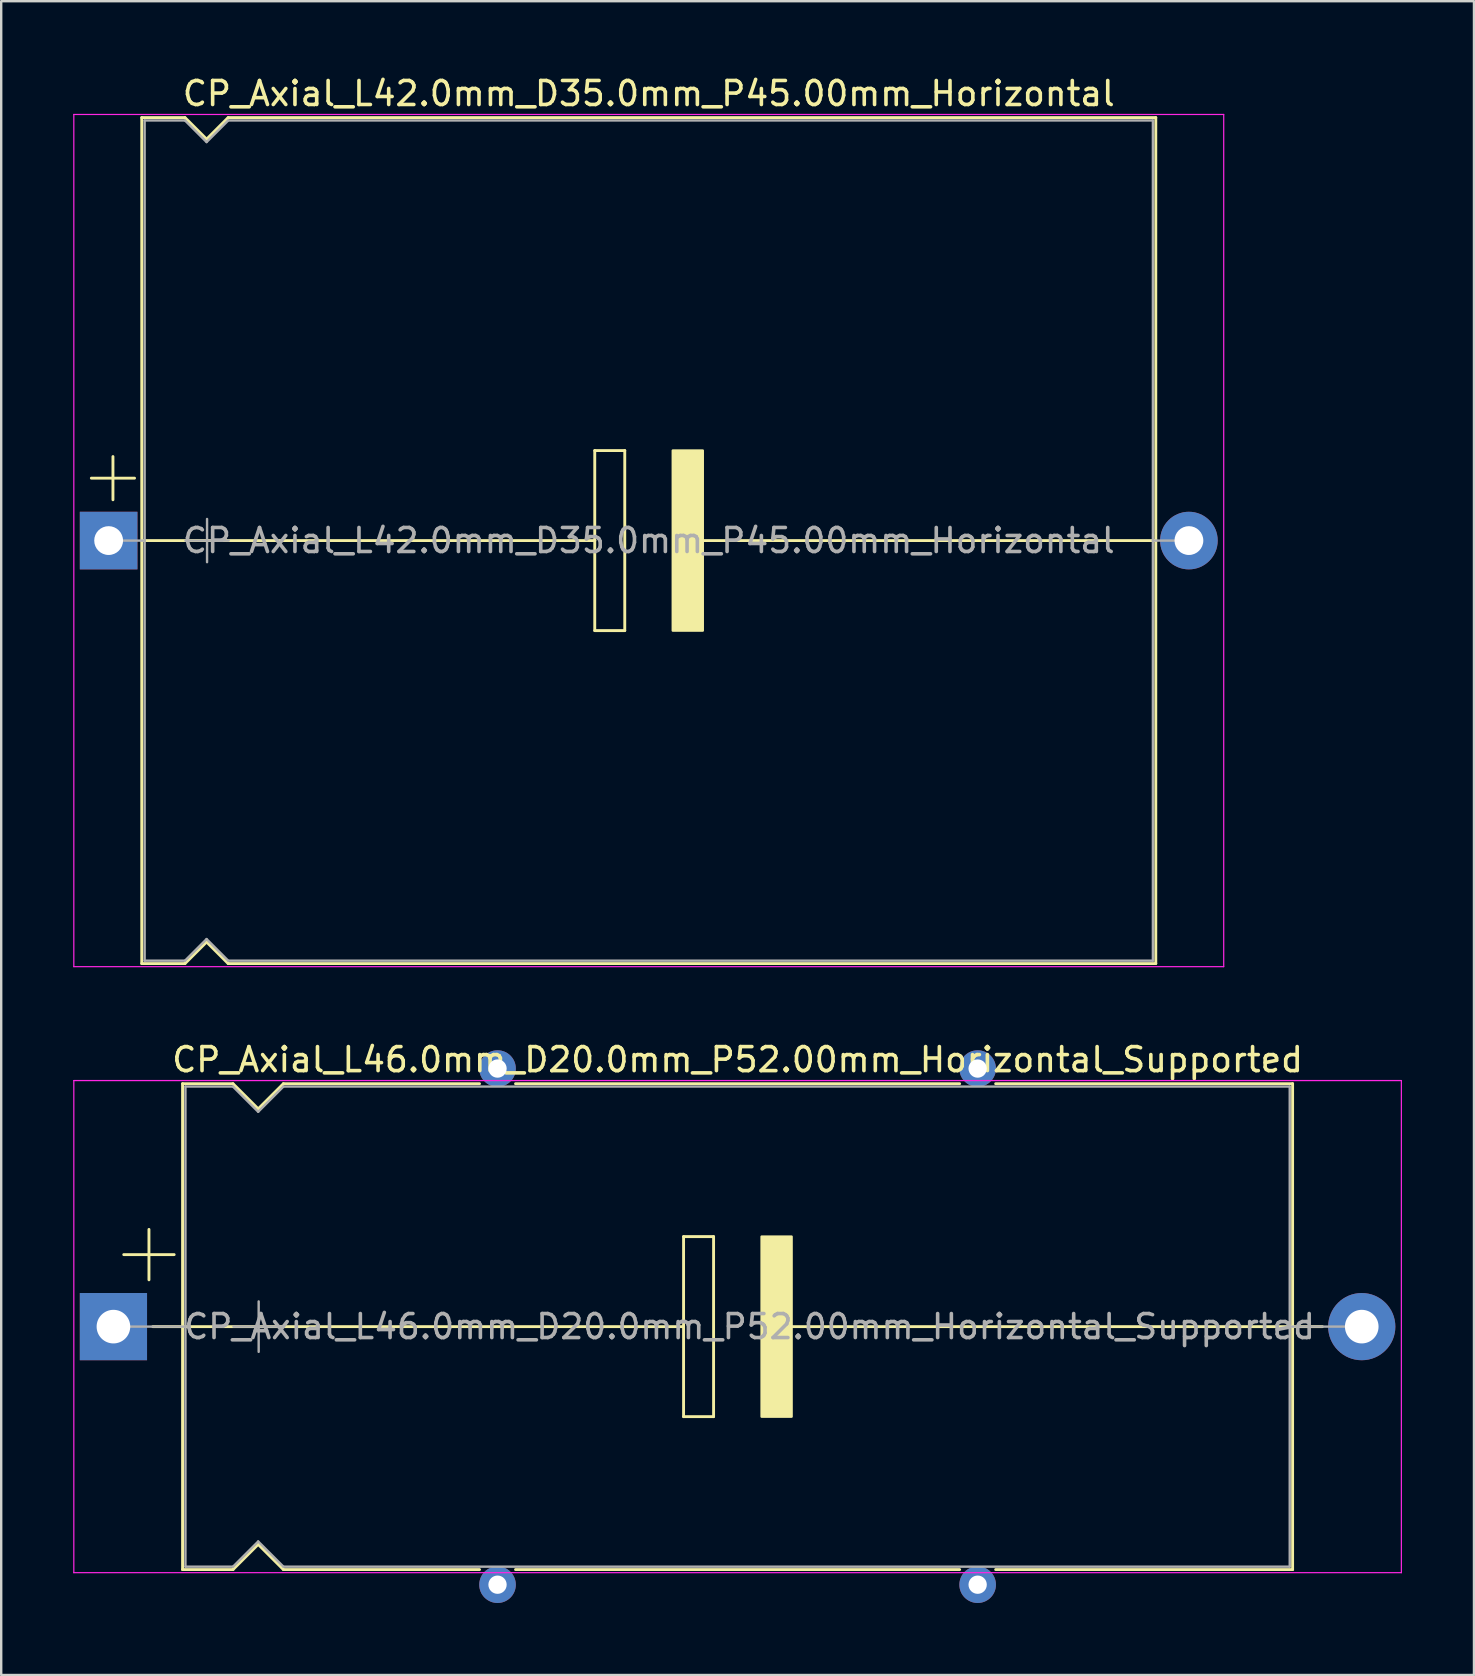
<source format=kicad_pcb>
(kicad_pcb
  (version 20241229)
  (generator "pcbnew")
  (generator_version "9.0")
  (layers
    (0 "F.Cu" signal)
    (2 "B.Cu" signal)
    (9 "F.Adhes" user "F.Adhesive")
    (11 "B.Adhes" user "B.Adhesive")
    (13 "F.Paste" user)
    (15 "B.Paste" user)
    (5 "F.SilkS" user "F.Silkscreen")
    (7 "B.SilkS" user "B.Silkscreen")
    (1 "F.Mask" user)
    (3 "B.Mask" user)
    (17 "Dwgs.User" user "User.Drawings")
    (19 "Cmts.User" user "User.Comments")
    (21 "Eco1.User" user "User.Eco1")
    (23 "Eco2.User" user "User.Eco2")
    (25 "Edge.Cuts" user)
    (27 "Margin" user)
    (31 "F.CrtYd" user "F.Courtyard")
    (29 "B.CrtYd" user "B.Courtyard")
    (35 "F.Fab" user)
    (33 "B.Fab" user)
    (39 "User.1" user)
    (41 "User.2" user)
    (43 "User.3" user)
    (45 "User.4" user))
  (footprint "CP_Axial_L46.0mm_D20.0mm_P52.00mm_Horizontal_Supported"
    (layer "F.Cu")
    (at 1.675 52.212)
    (property "Reference" "CP_Axial_L46.0mm_D20.0mm_P52.00mm_Horizontal_Supported" (at 26 -11.12 0) (layer "F.SilkS") (effects (font (size 1 1) (thickness 0.15))))
    (attr through_hole)
    (fp_line (start 0.43 -3) (end 2.53 -3) (stroke (width 0.12) (type solid)) (layer "F.SilkS"))
    (fp_line (start 1.48 -4.05) (end 1.48 -1.95) (stroke (width 0.12) (type solid)) (layer "F.SilkS"))
    (fp_line (start 1.64 0) (end 2.88 0) (stroke (width 0.12) (type solid)) (layer "F.SilkS"))
    (fp_line (start 2.88 -10.12) (end 2.88 10.12) (stroke (width 0.12) (type solid)) (layer "F.SilkS"))
    (fp_line (start 2.88 -10.12) (end 4.98 -10.12) (stroke (width 0.12) (type solid)) (layer "F.SilkS"))
    (fp_line (start 2.88 0) (end 23.75 0) (stroke (width 0.12) (type solid)) (layer "F.SilkS"))
    (fp_line (start 2.88 10.12) (end 4.98 10.12) (stroke (width 0.12) (type solid)) (layer "F.SilkS"))
    (fp_line (start 4.98 -10.12) (end 6.03 -9.07) (stroke (width 0.12) (type solid)) (layer "F.SilkS"))
    (fp_line (start 4.98 10.12) (end 6.03 9.07) (stroke (width 0.12) (type solid)) (layer "F.SilkS"))
    (fp_line (start 6.03 -9.07) (end 7.08 -10.12) (stroke (width 0.12) (type solid)) (layer "F.SilkS"))
    (fp_line (start 6.03 9.07) (end 7.08 10.12) (stroke (width 0.12) (type solid)) (layer "F.SilkS"))
    (fp_line (start 7.08 -10.12) (end 15.25 -10.12) (stroke (width 0.12) (type solid)) (layer "F.SilkS"))
    (fp_line (start 7.08 10.12) (end 15.25 10.12) (stroke (width 0.12) (type solid)) (layer "F.SilkS"))
    (fp_line (start 16.75 -10.12) (end 35.25 -10.12) (stroke (width 0.12) (type solid)) (layer "F.SilkS"))
    (fp_line (start 16.75 10.12) (end 35.25 10.12) (stroke (width 0.12) (type solid)) (layer "F.SilkS"))
    (fp_line (start 23.75 -3.75) (end 25 -3.75) (stroke (width 0.12) (type solid)) (layer "F.SilkS"))
    (fp_line (start 23.75 0) (end 23.75 -3.75) (stroke (width 0.12) (type solid)) (layer "F.SilkS"))
    (fp_line (start 23.75 3.75) (end 23.75 0) (stroke (width 0.12) (type solid)) (layer "F.SilkS"))
    (fp_line (start 25 -3.75) (end 25 3.75) (stroke (width 0.12) (type solid)) (layer "F.SilkS"))
    (fp_line (start 25 3.75) (end 23.75 3.75) (stroke (width 0.12) (type solid)) (layer "F.SilkS"))
    (fp_line (start 27.75 0) (end 49.12 0) (stroke (width 0.12) (type solid)) (layer "F.SilkS"))
    (fp_line (start 36.75 -10.12) (end 49.12 -10.12) (stroke (width 0.12) (type solid)) (layer "F.SilkS"))
    (fp_line (start 36.75 10.12) (end 49.12 10.12) (stroke (width 0.12) (type solid)) (layer "F.SilkS"))
    (fp_line (start 49.12 -10.12) (end 49.12 10.12) (stroke (width 0.12) (type solid)) (layer "F.SilkS"))
    (fp_line (start 50.36 0) (end 49.12 0) (stroke (width 0.12) (type solid)) (layer "F.SilkS"))
    (fp_poly (pts (xy 28.25 3.75) (xy 27 3.75) (xy 27 -3.75) (xy 28.25 -3.75)) (stroke (width 0.1) (type solid)) (fill yes) (layer "F.SilkS"))
    (fp_line (start -1.65 -10.25) (end -1.65 10.25) (stroke (width 0.05) (type solid)) (layer "F.CrtYd"))
    (fp_line (start -1.65 10.25) (end 53.65 10.25) (stroke (width 0.05) (type solid)) (layer "F.CrtYd"))
    (fp_line (start 53.65 -10.25) (end -1.65 -10.25) (stroke (width 0.05) (type solid)) (layer "F.CrtYd"))
    (fp_line (start 53.65 10.25) (end 53.65 -10.25) (stroke (width 0.05) (type solid)) (layer "F.CrtYd"))
    (fp_line (start 0 0) (end 3 0) (stroke (width 0.1) (type solid)) (layer "F.Fab"))
    (fp_line (start 3 -10) (end 3 10) (stroke (width 0.1) (type solid)) (layer "F.Fab"))
    (fp_line (start 3 -10) (end 4.98 -10) (stroke (width 0.1) (type solid)) (layer "F.Fab"))
    (fp_line (start 3 10) (end 4.98 10) (stroke (width 0.1) (type solid)) (layer "F.Fab"))
    (fp_line (start 4.98 -10) (end 6.03 -8.95) (stroke (width 0.1) (type solid)) (layer "F.Fab"))
    (fp_line (start 4.98 10) (end 6.03 8.95) (stroke (width 0.1) (type solid)) (layer "F.Fab"))
    (fp_line (start 5 0) (end 7.1 0) (stroke (width 0.1) (type solid)) (layer "F.Fab"))
    (fp_line (start 6.03 -8.95) (end 7.08 -10) (stroke (width 0.1) (type solid)) (layer "F.Fab"))
    (fp_line (start 6.03 8.95) (end 7.08 10) (stroke (width 0.1) (type solid)) (layer "F.Fab"))
    (fp_line (start 6.05 -1.05) (end 6.05 1.05) (stroke (width 0.1) (type solid)) (layer "F.Fab"))
    (fp_line (start 7.08 -10) (end 49 -10) (stroke (width 0.1) (type solid)) (layer "F.Fab"))
    (fp_line (start 7.08 10) (end 49 10) (stroke (width 0.1) (type solid)) (layer "F.Fab"))
    (fp_line (start 49 -10) (end 49 10) (stroke (width 0.1) (type solid)) (layer "F.Fab"))
    (fp_line (start 52 0) (end 49 0) (stroke (width 0.1) (type solid)) (layer "F.Fab"))
    (fp_text user "${REFERENCE}" (at 26.5 0 0) (layer "F.Fab") (effects (font (size 1 1) (thickness 0.15))))
    (pad "1" thru_hole rect (at 0 0) (size 2.8 2.8) (drill 1.4) (layers "*.Cu" "*.Mask"))
    (pad "2" thru_hole oval (at 52 0) (size 2.8 2.8) (drill 1.4) (layers "*.Cu" "*.Mask"))
    (pad "~" thru_hole circle (at 16 -10.75) (size 1.524 1.524) (drill 0.762) (layers "*.Cu" "*.Mask"))
    (pad "~" thru_hole circle (at 16 10.75) (size 1.524 1.524) (drill 0.762) (layers "*.Cu" "*.Mask"))
    (pad "~" thru_hole circle (at 36 -10.75) (size 1.524 1.524) (drill 0.762) (layers "*.Cu" "*.Mask"))
    (pad "~" thru_hole circle (at 36 10.75) (size 1.524 1.524) (drill 0.762) (layers "*.Cu" "*.Mask")))
  (footprint "CP_Axial_L42.0mm_D35.0mm_P45.00mm_Horizontal"
    (layer "F.Cu")
    (at 1.475 19.468)
    (property "Reference" "CP_Axial_L42.0mm_D35.0mm_P45.00mm_Horizontal" (at 22.5 -18.62 0) (layer "F.SilkS") (effects (font (size 1 1) (thickness 0.15))))
    (attr through_hole)
    (fp_line (start -0.72 -2.6) (end 1.08 -2.6) (stroke (width 0.12) (type solid)) (layer "F.SilkS"))
    (fp_line (start 0.18 -3.5) (end 0.18 -1.7) (stroke (width 0.12) (type solid)) (layer "F.SilkS"))
    (fp_line (start 1.38 -17.62) (end 1.38 17.62) (stroke (width 0.12) (type solid)) (layer "F.SilkS"))
    (fp_line (start 1.38 -17.62) (end 3.18 -17.62) (stroke (width 0.12) (type solid)) (layer "F.SilkS"))
    (fp_line (start 1.38 17.62) (end 3.18 17.62) (stroke (width 0.12) (type solid)) (layer "F.SilkS"))
    (fp_line (start 1.397 0) (end 20.25 0) (stroke (width 0.12) (type solid)) (layer "F.SilkS"))
    (fp_line (start 3.18 -17.62) (end 4.08 -16.72) (stroke (width 0.12) (type solid)) (layer "F.SilkS"))
    (fp_line (start 3.18 17.62) (end 4.08 16.72) (stroke (width 0.12) (type solid)) (layer "F.SilkS"))
    (fp_line (start 4.08 -16.72) (end 4.98 -17.62) (stroke (width 0.12) (type solid)) (layer "F.SilkS"))
    (fp_line (start 4.08 16.72) (end 4.98 17.62) (stroke (width 0.12) (type solid)) (layer "F.SilkS"))
    (fp_line (start 4.98 -17.62) (end 43.62 -17.62) (stroke (width 0.12) (type solid)) (layer "F.SilkS"))
    (fp_line (start 4.98 17.62) (end 43.62 17.62) (stroke (width 0.12) (type solid)) (layer "F.SilkS"))
    (fp_line (start 20.25 -3.75) (end 21.5 -3.75) (stroke (width 0.12) (type solid)) (layer "F.SilkS"))
    (fp_line (start 20.25 0) (end 20.25 -3.75) (stroke (width 0.12) (type solid)) (layer "F.SilkS"))
    (fp_line (start 20.25 3.75) (end 20.25 0) (stroke (width 0.12) (type solid)) (layer "F.SilkS"))
    (fp_line (start 21.5 -3.75) (end 21.5 3.75) (stroke (width 0.12) (type solid)) (layer "F.SilkS"))
    (fp_line (start 21.5 3.75) (end 20.25 3.75) (stroke (width 0.12) (type solid)) (layer "F.SilkS"))
    (fp_line (start 24.75 0) (end 43.561 0) (stroke (width 0.12) (type solid)) (layer "F.SilkS"))
    (fp_line (start 43.62 -17.62) (end 43.62 17.62) (stroke (width 0.12) (type solid)) (layer "F.SilkS"))
    (fp_poly (pts (xy 24.75 3.75) (xy 23.5 3.75) (xy 23.5 -3.75) (xy 24.75 -3.75)) (stroke (width 0.1) (type solid)) (fill yes) (layer "F.SilkS"))
    (fp_line (start -1.45 -17.75) (end -1.45 17.75) (stroke (width 0.05) (type solid)) (layer "F.CrtYd"))
    (fp_line (start -1.45 17.75) (end 46.45 17.75) (stroke (width 0.05) (type solid)) (layer "F.CrtYd"))
    (fp_line (start 46.45 -17.75) (end -1.45 -17.75) (stroke (width 0.05) (type solid)) (layer "F.CrtYd"))
    (fp_line (start 46.45 17.75) (end 46.45 -17.75) (stroke (width 0.05) (type solid)) (layer "F.CrtYd"))
    (fp_line (start 0 0) (end 1.5 0) (stroke (width 0.1) (type solid)) (layer "F.Fab"))
    (fp_line (start 1.5 -17.5) (end 1.5 17.5) (stroke (width 0.1) (type solid)) (layer "F.Fab"))
    (fp_line (start 1.5 -17.5) (end 3.18 -17.5) (stroke (width 0.1) (type solid)) (layer "F.Fab"))
    (fp_line (start 1.5 17.5) (end 3.18 17.5) (stroke (width 0.1) (type solid)) (layer "F.Fab"))
    (fp_line (start 3.18 -17.5) (end 4.08 -16.6) (stroke (width 0.1) (type solid)) (layer "F.Fab"))
    (fp_line (start 3.18 17.5) (end 4.08 16.6) (stroke (width 0.1) (type solid)) (layer "F.Fab"))
    (fp_line (start 3.2 0) (end 5 0) (stroke (width 0.1) (type solid)) (layer "F.Fab"))
    (fp_line (start 4.08 -16.6) (end 4.98 -17.5) (stroke (width 0.1) (type solid)) (layer "F.Fab"))
    (fp_line (start 4.08 16.6) (end 4.98 17.5) (stroke (width 0.1) (type solid)) (layer "F.Fab"))
    (fp_line (start 4.1 -0.9) (end 4.1 0.9) (stroke (width 0.1) (type solid)) (layer "F.Fab"))
    (fp_line (start 4.98 -17.5) (end 43.5 -17.5) (stroke (width 0.1) (type solid)) (layer "F.Fab"))
    (fp_line (start 4.98 17.5) (end 43.5 17.5) (stroke (width 0.1) (type solid)) (layer "F.Fab"))
    (fp_line (start 43.5 -17.5) (end 43.5 17.5) (stroke (width 0.1) (type solid)) (layer "F.Fab"))
    (fp_line (start 45 0) (end 43.5 0) (stroke (width 0.1) (type solid)) (layer "F.Fab"))
    (fp_text user "${REFERENCE}" (at 22.5 0 0) (layer "F.Fab") (effects (font (size 1 1) (thickness 0.15))))
    (pad "1" thru_hole rect (at 0 0) (size 2.4 2.4) (drill 1.2) (layers "*.Cu" "*.Mask"))
    (pad "2" thru_hole oval (at 45 0) (size 2.4 2.4) (drill 1.2) (layers "*.Cu" "*.Mask")))
  (gr_rect
    (start -3 -3)
    (end 58.35 66.724)
    (stroke (width 0.1) (type default))
    (fill no)
    (layer "Edge.Cuts")))
</source>
